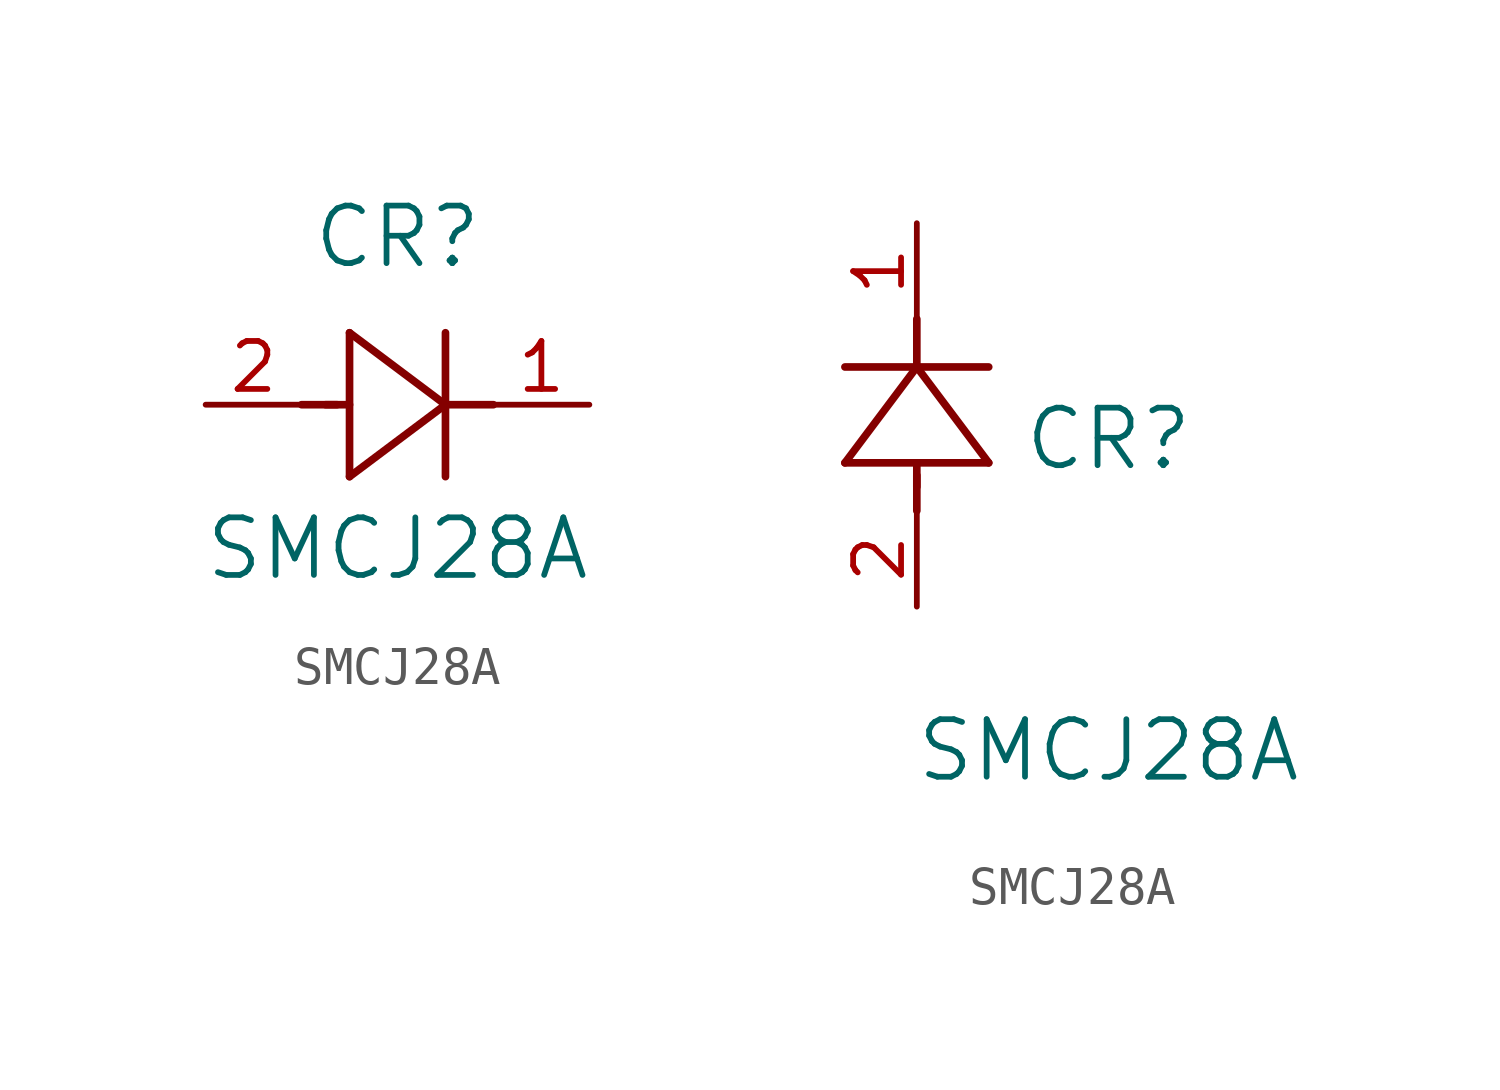
<source format=kicad_sym>
(kicad_symbol_lib
  (version 20211014)
  (generator kicad_symbol_editor)
  (symbol "SMCJ28A"
    (pin_names
      (offset 0.254))
    (property "Reference" "CR"
      (at 5.08 4.445 0)
      (effects (font (size 1.524 1.524))))
    (property "Value" "SMCJ28A"
      (at 5.08 -3.81 0)
      (effects (font (size 1.524 1.524))))
    (symbol "SMCJ28A_1_1"
      (polyline (pts (xy 2.54 0) (xy 3.48 0)) (stroke (width 0.203) (type default) (color 0 0 0 0)) (fill (type none)))
      (polyline (pts (xy 3.81 1.905) (xy 3.81 -1.905)) (stroke (width 0.203) (type default) (color 0 0 0 0)) (fill (type none)))
      (polyline (pts (xy 3.175 0) (xy 3.81 0)) (stroke (width 0.203) (type default) (color 0 0 0 0)) (fill (type none)))
      (polyline (pts (xy 6.35 -1.905) (xy 6.35 1.905)) (stroke (width 0.203) (type default) (color 0 0 0 0)) (fill (type none)))
      (polyline (pts (xy 6.35 0) (xy 7.62 0)) (stroke (width 0.203) (type default) (color 0 0 0 0)) (fill (type none)))
      (polyline (pts (xy 6.35 0) (xy 3.81 1.905)) (stroke (width 0.203) (type default) (color 0 0 0 0)) (fill (type none)))
      (polyline (pts (xy 3.81 -1.905) (xy 6.35 0)) (stroke (width 0.203) (type default) (color 0 0 0 0)) (fill (type none)))
      (pin unspecified line (at 0 0 0) (length 2.54) (name "" (effects (font (size 1.27 1.27)))) (number "2" (effects (font (size 1.27 1.27)))))
      (pin unspecified line (at 10.16 0 180) (length 2.54) (name "" (effects (font (size 1.27 1.27)))) (number "1" (effects (font (size 1.27 1.27))))))
    (symbol "SMCJ28A_1_2"
      (polyline (pts (xy 0 2.54) (xy 0 3.48)) (stroke (width 0.203) (type default) (color 0 0 0 0)) (fill (type none)))
      (polyline (pts (xy -1.905 3.81) (xy 1.905 3.81)) (stroke (width 0.203) (type default) (color 0 0 0 0)) (fill (type none)))
      (polyline (pts (xy 0 3.175) (xy 0 3.81)) (stroke (width 0.203) (type default) (color 0 0 0 0)) (fill (type none)))
      (polyline (pts (xy 1.905 6.35) (xy -1.905 6.35)) (stroke (width 0.203) (type default) (color 0 0 0 0)) (fill (type none)))
      (polyline (pts (xy 0 6.35) (xy 0 7.62)) (stroke (width 0.203) (type default) (color 0 0 0 0)) (fill (type none)))
      (polyline (pts (xy 0 6.35) (xy -1.905 3.81)) (stroke (width 0.203) (type default) (color 0 0 0 0)) (fill (type none)))
      (polyline (pts (xy 1.905 3.81) (xy 0 6.35)) (stroke (width 0.203) (type default) (color 0 0 0 0)) (fill (type none)))
      (pin unspecified line (at 0 0 90) (length 2.54) (name "" (effects (font (size 1.27 1.27)))) (number "2" (effects (font (size 1.27 1.27)))))
      (pin unspecified line (at 0 10.16 270) (length 2.54) (name "" (effects (font (size 1.27 1.27)))) (number "1" (effects (font (size 1.27 1.27))))))))
</source>
